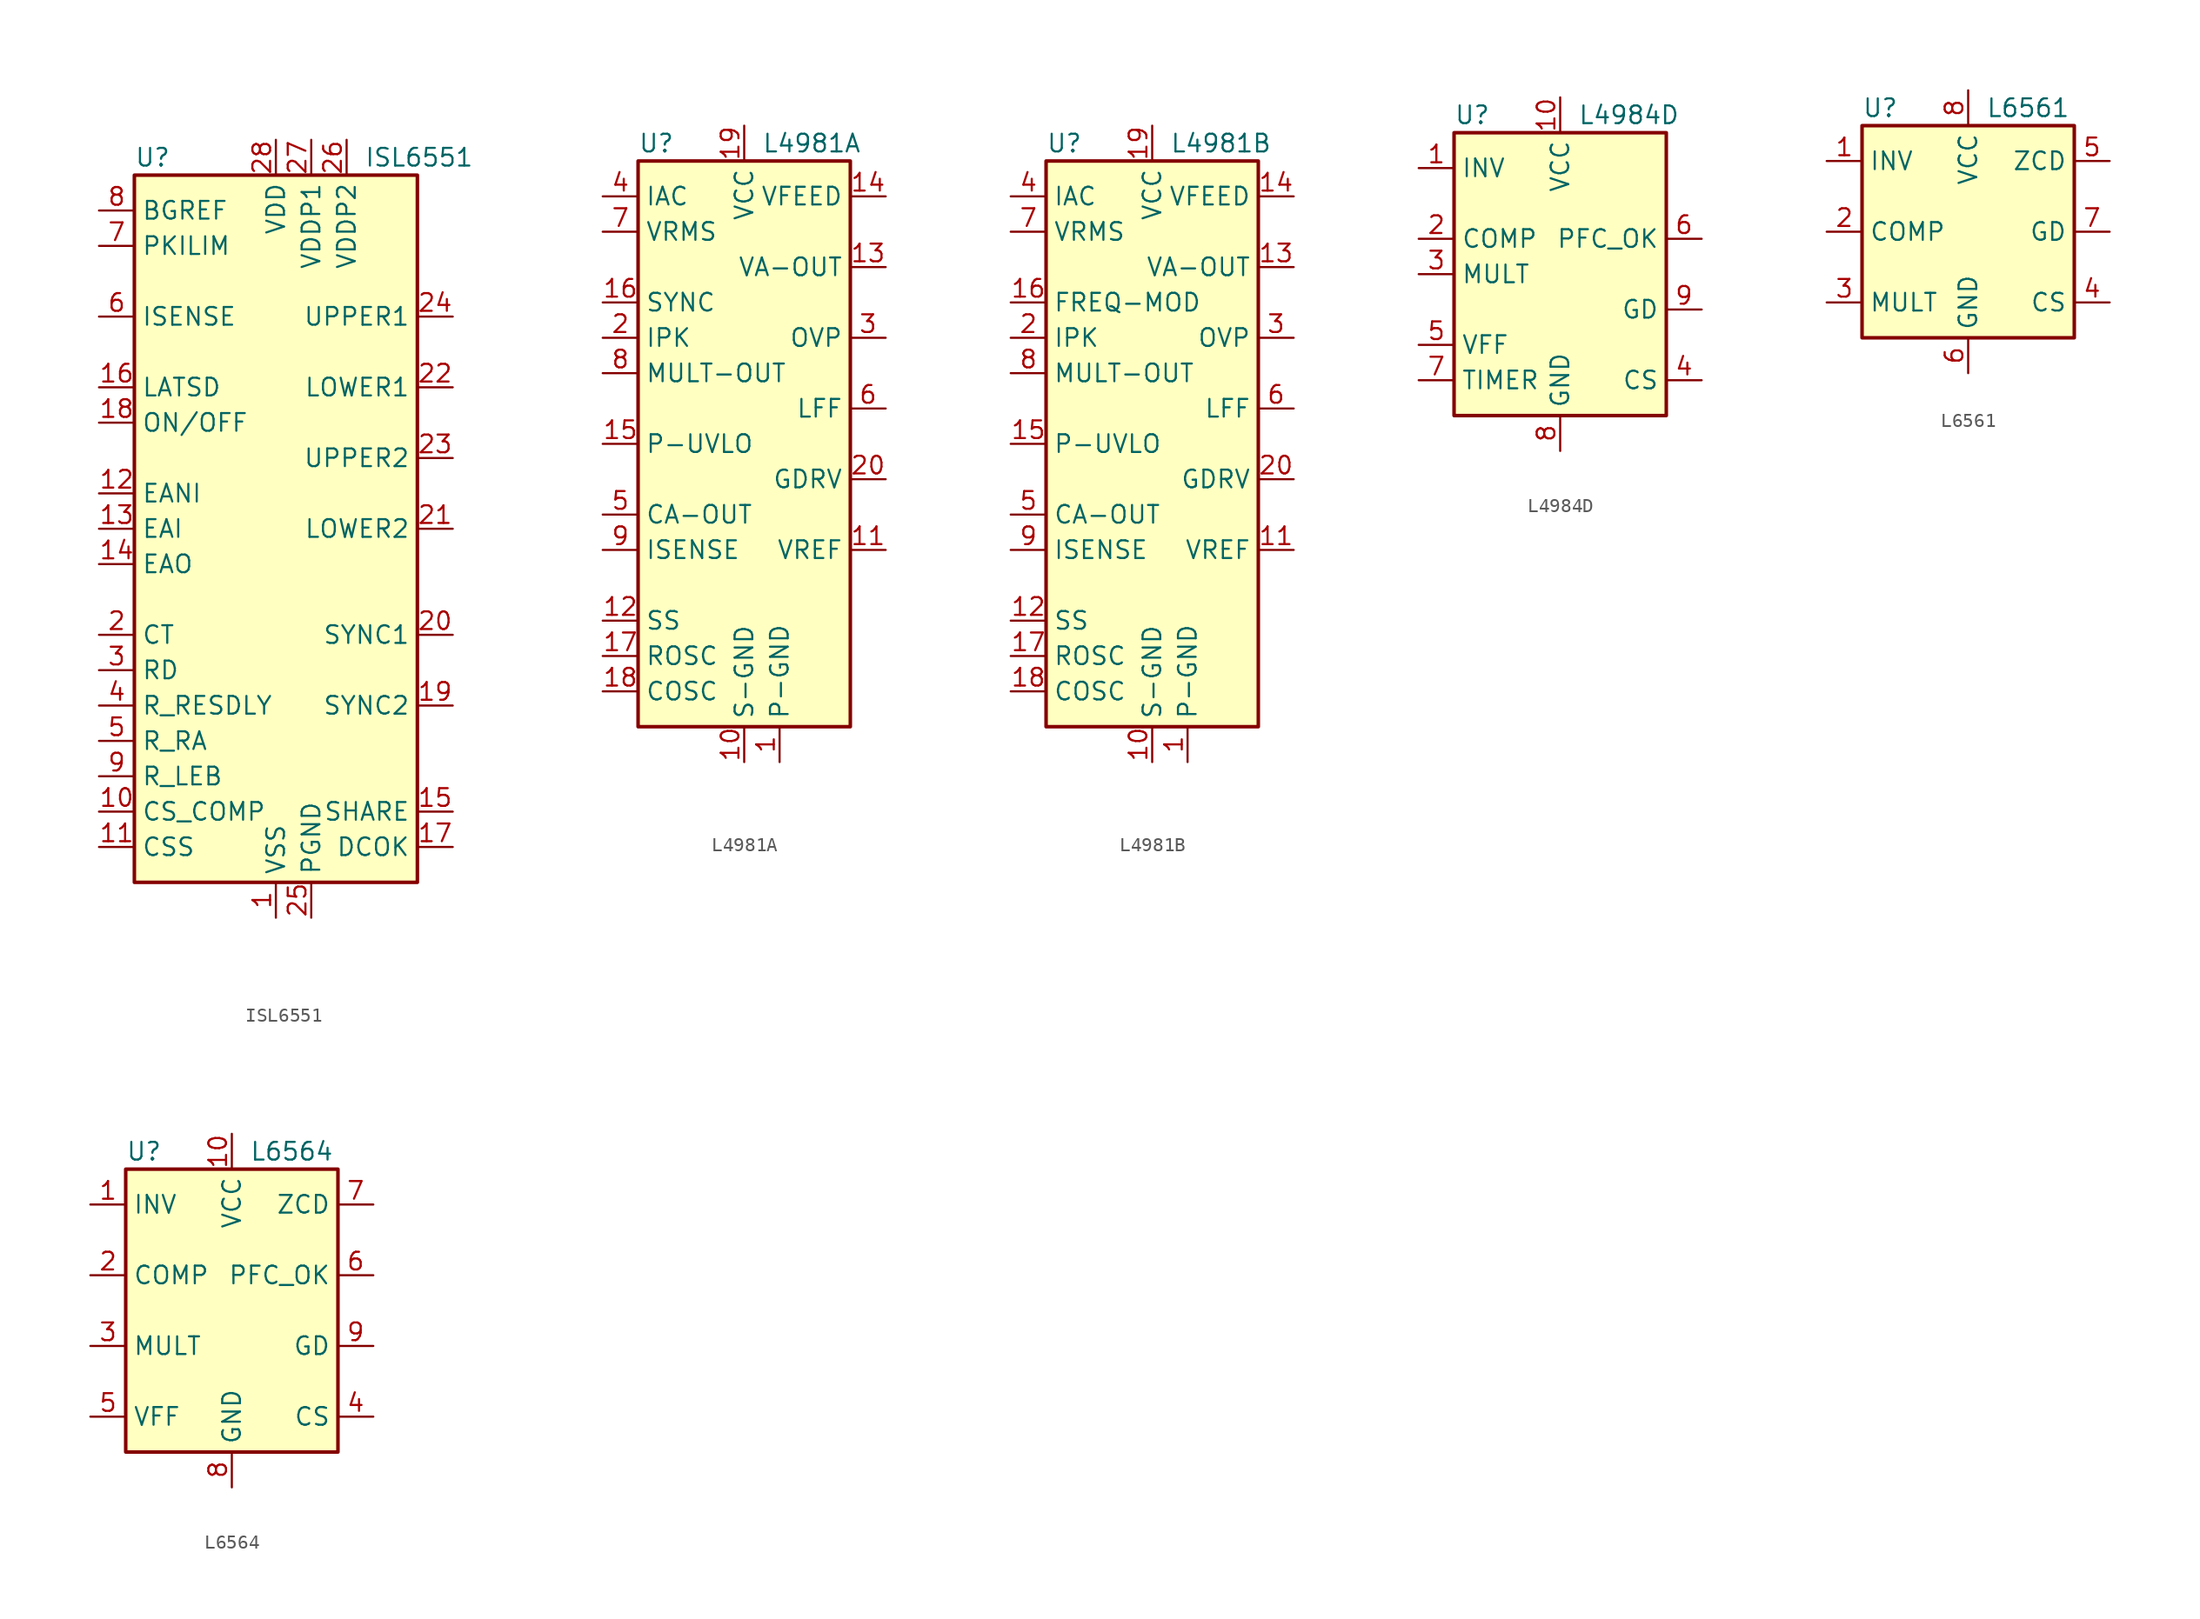
<source format=kicad_sym>
(kicad_symbol_lib
  (version 20211014)
  (generator kicad_symbol_editor)
  (symbol "ISL6551"
    (property "Reference" "U"
      (at -10.16 26.67 0)
      (effects (font (size 1.27 1.27)) (justify left)))
    (property "Value" "ISL6551"
      (at 6.35 26.67 0)
      (effects (font (size 1.27 1.27)) (justify left)))
    (symbol "ISL6551_0_0"
      (rectangle (start -10.16 25.4) (end 10.16 -25.4) (stroke (width 0.254) (type default) (color 0 0 0 0)) (fill (type background))))
    (symbol "ISL6551_1_1"
      (pin power_in line (at 0 -27.94 90) (length 2.54) (name "VSS" (effects (font (size 1.27 1.27)))) (number "1" (effects (font (size 1.27 1.27)))))
      (pin passive line (at -12.7 -20.32 0) (length 2.54) (name "CS_COMP" (effects (font (size 1.27 1.27)))) (number "10" (effects (font (size 1.27 1.27)))))
      (pin passive line (at -12.7 -22.86 0) (length 2.54) (name "CSS" (effects (font (size 1.27 1.27)))) (number "11" (effects (font (size 1.27 1.27)))))
      (pin input line (at -12.7 2.54 0) (length 2.54) (name "EANI" (effects (font (size 1.27 1.27)))) (number "12" (effects (font (size 1.27 1.27)))))
      (pin input line (at -12.7 0 0) (length 2.54) (name "EAI" (effects (font (size 1.27 1.27)))) (number "13" (effects (font (size 1.27 1.27)))))
      (pin output line (at -12.7 -2.54 0) (length 2.54) (name "EAO" (effects (font (size 1.27 1.27)))) (number "14" (effects (font (size 1.27 1.27)))))
      (pin input line (at 12.7 -20.32 180) (length 2.54) (name "SHARE" (effects (font (size 1.27 1.27)))) (number "15" (effects (font (size 1.27 1.27)))))
      (pin input line (at -12.7 10.16 0) (length 2.54) (name "LATSD" (effects (font (size 1.27 1.27)))) (number "16" (effects (font (size 1.27 1.27)))))
      (pin output line (at 12.7 -22.86 180) (length 2.54) (name "DCOK" (effects (font (size 1.27 1.27)))) (number "17" (effects (font (size 1.27 1.27)))))
      (pin input line (at -12.7 7.62 0) (length 2.54) (name "ON/OFF" (effects (font (size 1.27 1.27)))) (number "18" (effects (font (size 1.27 1.27)))))
      (pin output line (at 12.7 -12.7 180) (length 2.54) (name "SYNC2" (effects (font (size 1.27 1.27)))) (number "19" (effects (font (size 1.27 1.27)))))
      (pin passive line (at -12.7 -7.62 0) (length 2.54) (name "CT" (effects (font (size 1.27 1.27)))) (number "2" (effects (font (size 1.27 1.27)))))
      (pin output line (at 12.7 -7.62 180) (length 2.54) (name "SYNC1" (effects (font (size 1.27 1.27)))) (number "20" (effects (font (size 1.27 1.27)))))
      (pin output line (at 12.7 0 180) (length 2.54) (name "LOWER2" (effects (font (size 1.27 1.27)))) (number "21" (effects (font (size 1.27 1.27)))))
      (pin output line (at 12.7 10.16 180) (length 2.54) (name "LOWER1" (effects (font (size 1.27 1.27)))) (number "22" (effects (font (size 1.27 1.27)))))
      (pin output line (at 12.7 5.08 180) (length 2.54) (name "UPPER2" (effects (font (size 1.27 1.27)))) (number "23" (effects (font (size 1.27 1.27)))))
      (pin output line (at 12.7 15.24 180) (length 2.54) (name "UPPER1" (effects (font (size 1.27 1.27)))) (number "24" (effects (font (size 1.27 1.27)))))
      (pin power_in line (at 2.54 -27.94 90) (length 2.54) (name "PGND" (effects (font (size 1.27 1.27)))) (number "25" (effects (font (size 1.27 1.27)))))
      (pin power_in line (at 5.08 27.94 270) (length 2.54) (name "VDDP2" (effects (font (size 1.27 1.27)))) (number "26" (effects (font (size 1.27 1.27)))))
      (pin power_in line (at 2.54 27.94 270) (length 2.54) (name "VDDP1" (effects (font (size 1.27 1.27)))) (number "27" (effects (font (size 1.27 1.27)))))
      (pin power_in line (at 0 27.94 270) (length 2.54) (name "VDD" (effects (font (size 1.27 1.27)))) (number "28" (effects (font (size 1.27 1.27)))))
      (pin passive line (at -12.7 -10.16 0) (length 2.54) (name "RD" (effects (font (size 1.27 1.27)))) (number "3" (effects (font (size 1.27 1.27)))))
      (pin passive line (at -12.7 -12.7 0) (length 2.54) (name "R_RESDLY" (effects (font (size 1.27 1.27)))) (number "4" (effects (font (size 1.27 1.27)))))
      (pin passive line (at -12.7 -15.24 0) (length 2.54) (name "R_RA" (effects (font (size 1.27 1.27)))) (number "5" (effects (font (size 1.27 1.27)))))
      (pin input line (at -12.7 15.24 0) (length 2.54) (name "ISENSE" (effects (font (size 1.27 1.27)))) (number "6" (effects (font (size 1.27 1.27)))))
      (pin input line (at -12.7 20.32 0) (length 2.54) (name "PKILIM" (effects (font (size 1.27 1.27)))) (number "7" (effects (font (size 1.27 1.27)))))
      (pin output line (at -12.7 22.86 0) (length 2.54) (name "BGREF" (effects (font (size 1.27 1.27)))) (number "8" (effects (font (size 1.27 1.27)))))
      (pin passive line (at -12.7 -17.78 0) (length 2.54) (name "R_LEB" (effects (font (size 1.27 1.27)))) (number "9" (effects (font (size 1.27 1.27)))))))
  (symbol "L4981A"
    (property "Reference" "U"
      (at -7.62 21.59 0)
      (effects (font (size 1.27 1.27)) (justify left)))
    (property "Value" "L4981A"
      (at 1.27 21.59 0)
      (effects (font (size 1.27 1.27)) (justify left)))
    (symbol "L4981A_0_0"
      (rectangle (start -7.62 20.32) (end 7.62 -20.32) (stroke (width 0.254) (type default) (color 0 0 0 0)) (fill (type background))))
    (symbol "L4981A_1_1"
      (pin power_in line (at 2.54 -22.86 90) (length 2.54) (name "P-GND" (effects (font (size 1.27 1.27)))) (number "1" (effects (font (size 1.27 1.27)))))
      (pin power_in line (at 0 -22.86 90) (length 2.54) (name "S-GND" (effects (font (size 1.27 1.27)))) (number "10" (effects (font (size 1.27 1.27)))))
      (pin output line (at 10.16 -7.62 180) (length 2.54) (name "VREF" (effects (font (size 1.27 1.27)))) (number "11" (effects (font (size 1.27 1.27)))))
      (pin passive line (at -10.16 -12.7 0) (length 2.54) (name "SS" (effects (font (size 1.27 1.27)))) (number "12" (effects (font (size 1.27 1.27)))))
      (pin output line (at 10.16 12.7 180) (length 2.54) (name "VA-OUT" (effects (font (size 1.27 1.27)))) (number "13" (effects (font (size 1.27 1.27)))))
      (pin input line (at 10.16 17.78 180) (length 2.54) (name "VFEED" (effects (font (size 1.27 1.27)))) (number "14" (effects (font (size 1.27 1.27)))))
      (pin input line (at -10.16 0 0) (length 2.54) (name "P-UVLO" (effects (font (size 1.27 1.27)))) (number "15" (effects (font (size 1.27 1.27)))))
      (pin bidirectional line (at -10.16 10.16 0) (length 2.54) (name "SYNC" (effects (font (size 1.27 1.27)))) (number "16" (effects (font (size 1.27 1.27)))))
      (pin passive line (at -10.16 -15.24 0) (length 2.54) (name "ROSC" (effects (font (size 1.27 1.27)))) (number "17" (effects (font (size 1.27 1.27)))))
      (pin passive line (at -10.16 -17.78 0) (length 2.54) (name "COSC" (effects (font (size 1.27 1.27)))) (number "18" (effects (font (size 1.27 1.27)))))
      (pin power_in line (at 0 22.86 270) (length 2.54) (name "VCC" (effects (font (size 1.27 1.27)))) (number "19" (effects (font (size 1.27 1.27)))))
      (pin input line (at -10.16 7.62 0) (length 2.54) (name "IPK" (effects (font (size 1.27 1.27)))) (number "2" (effects (font (size 1.27 1.27)))))
      (pin output line (at 10.16 -2.54 180) (length 2.54) (name "GDRV" (effects (font (size 1.27 1.27)))) (number "20" (effects (font (size 1.27 1.27)))))
      (pin input line (at 10.16 7.62 180) (length 2.54) (name "OVP" (effects (font (size 1.27 1.27)))) (number "3" (effects (font (size 1.27 1.27)))))
      (pin input line (at -10.16 17.78 0) (length 2.54) (name "IAC" (effects (font (size 1.27 1.27)))) (number "4" (effects (font (size 1.27 1.27)))))
      (pin output line (at -10.16 -5.08 0) (length 2.54) (name "CA-OUT" (effects (font (size 1.27 1.27)))) (number "5" (effects (font (size 1.27 1.27)))))
      (pin input line (at 10.16 2.54 180) (length 2.54) (name "LFF" (effects (font (size 1.27 1.27)))) (number "6" (effects (font (size 1.27 1.27)))))
      (pin input line (at -10.16 15.24 0) (length 2.54) (name "VRMS" (effects (font (size 1.27 1.27)))) (number "7" (effects (font (size 1.27 1.27)))))
      (pin output line (at -10.16 5.08 0) (length 2.54) (name "MULT-OUT" (effects (font (size 1.27 1.27)))) (number "8" (effects (font (size 1.27 1.27)))))
      (pin input line (at -10.16 -7.62 0) (length 2.54) (name "ISENSE" (effects (font (size 1.27 1.27)))) (number "9" (effects (font (size 1.27 1.27)))))))
  (symbol "L4981B"
    (property "Reference" "U"
      (at -7.62 21.59 0)
      (effects (font (size 1.27 1.27)) (justify left)))
    (property "Value" "L4981B"
      (at 1.27 21.59 0)
      (effects (font (size 1.27 1.27)) (justify left)))
    (symbol "L4981B_0_0"
      (rectangle (start -7.62 20.32) (end 7.62 -20.32) (stroke (width 0.254) (type default) (color 0 0 0 0)) (fill (type background))))
    (symbol "L4981B_1_1"
      (pin power_in line (at 2.54 -22.86 90) (length 2.54) (name "P-GND" (effects (font (size 1.27 1.27)))) (number "1" (effects (font (size 1.27 1.27)))))
      (pin power_in line (at 0 -22.86 90) (length 2.54) (name "S-GND" (effects (font (size 1.27 1.27)))) (number "10" (effects (font (size 1.27 1.27)))))
      (pin output line (at 10.16 -7.62 180) (length 2.54) (name "VREF" (effects (font (size 1.27 1.27)))) (number "11" (effects (font (size 1.27 1.27)))))
      (pin passive line (at -10.16 -12.7 0) (length 2.54) (name "SS" (effects (font (size 1.27 1.27)))) (number "12" (effects (font (size 1.27 1.27)))))
      (pin output line (at 10.16 12.7 180) (length 2.54) (name "VA-OUT" (effects (font (size 1.27 1.27)))) (number "13" (effects (font (size 1.27 1.27)))))
      (pin input line (at 10.16 17.78 180) (length 2.54) (name "VFEED" (effects (font (size 1.27 1.27)))) (number "14" (effects (font (size 1.27 1.27)))))
      (pin input line (at -10.16 0 0) (length 2.54) (name "P-UVLO" (effects (font (size 1.27 1.27)))) (number "15" (effects (font (size 1.27 1.27)))))
      (pin input line (at -10.16 10.16 0) (length 2.54) (name "FREQ-MOD" (effects (font (size 1.27 1.27)))) (number "16" (effects (font (size 1.27 1.27)))))
      (pin passive line (at -10.16 -15.24 0) (length 2.54) (name "ROSC" (effects (font (size 1.27 1.27)))) (number "17" (effects (font (size 1.27 1.27)))))
      (pin passive line (at -10.16 -17.78 0) (length 2.54) (name "COSC" (effects (font (size 1.27 1.27)))) (number "18" (effects (font (size 1.27 1.27)))))
      (pin power_in line (at 0 22.86 270) (length 2.54) (name "VCC" (effects (font (size 1.27 1.27)))) (number "19" (effects (font (size 1.27 1.27)))))
      (pin input line (at -10.16 7.62 0) (length 2.54) (name "IPK" (effects (font (size 1.27 1.27)))) (number "2" (effects (font (size 1.27 1.27)))))
      (pin output line (at 10.16 -2.54 180) (length 2.54) (name "GDRV" (effects (font (size 1.27 1.27)))) (number "20" (effects (font (size 1.27 1.27)))))
      (pin input line (at 10.16 7.62 180) (length 2.54) (name "OVP" (effects (font (size 1.27 1.27)))) (number "3" (effects (font (size 1.27 1.27)))))
      (pin input line (at -10.16 17.78 0) (length 2.54) (name "IAC" (effects (font (size 1.27 1.27)))) (number "4" (effects (font (size 1.27 1.27)))))
      (pin output line (at -10.16 -5.08 0) (length 2.54) (name "CA-OUT" (effects (font (size 1.27 1.27)))) (number "5" (effects (font (size 1.27 1.27)))))
      (pin input line (at 10.16 2.54 180) (length 2.54) (name "LFF" (effects (font (size 1.27 1.27)))) (number "6" (effects (font (size 1.27 1.27)))))
      (pin input line (at -10.16 15.24 0) (length 2.54) (name "VRMS" (effects (font (size 1.27 1.27)))) (number "7" (effects (font (size 1.27 1.27)))))
      (pin output line (at -10.16 5.08 0) (length 2.54) (name "MULT-OUT" (effects (font (size 1.27 1.27)))) (number "8" (effects (font (size 1.27 1.27)))))
      (pin input line (at -10.16 -7.62 0) (length 2.54) (name "ISENSE" (effects (font (size 1.27 1.27)))) (number "9" (effects (font (size 1.27 1.27)))))))
  (symbol "L4984D"
    (property "Reference" "U"
      (at -7.62 11.43 0)
      (effects (font (size 1.27 1.27)) (justify left)))
    (property "Value" "L4984D"
      (at 1.27 11.43 0)
      (effects (font (size 1.27 1.27)) (justify left)))
    (symbol "L4984D_0_0"
      (rectangle (start -7.62 10.16) (end 7.62 -10.16) (stroke (width 0.254) (type default) (color 0 0 0 0)) (fill (type background))))
    (symbol "L4984D_1_1"
      (pin input line (at -10.16 7.62 0) (length 2.54) (name "INV" (effects (font (size 1.27 1.27)))) (number "1" (effects (font (size 1.27 1.27)))))
      (pin power_in line (at 0 12.7 270) (length 2.54) (name "VCC" (effects (font (size 1.27 1.27)))) (number "10" (effects (font (size 1.27 1.27)))))
      (pin output line (at -10.16 2.54 0) (length 2.54) (name "COMP" (effects (font (size 1.27 1.27)))) (number "2" (effects (font (size 1.27 1.27)))))
      (pin input line (at -10.16 0 0) (length 2.54) (name "MULT" (effects (font (size 1.27 1.27)))) (number "3" (effects (font (size 1.27 1.27)))))
      (pin input line (at 10.16 -7.62 180) (length 2.54) (name "CS" (effects (font (size 1.27 1.27)))) (number "4" (effects (font (size 1.27 1.27)))))
      (pin passive line (at -10.16 -5.08 0) (length 2.54) (name "VFF" (effects (font (size 1.27 1.27)))) (number "5" (effects (font (size 1.27 1.27)))))
      (pin input line (at 10.16 2.54 180) (length 2.54) (name "PFC_OK" (effects (font (size 1.27 1.27)))) (number "6" (effects (font (size 1.27 1.27)))))
      (pin passive line (at -10.16 -7.62 0) (length 2.54) (name "TIMER" (effects (font (size 1.27 1.27)))) (number "7" (effects (font (size 1.27 1.27)))))
      (pin power_in line (at 0 -12.7 90) (length 2.54) (name "GND" (effects (font (size 1.27 1.27)))) (number "8" (effects (font (size 1.27 1.27)))))
      (pin output line (at 10.16 -2.54 180) (length 2.54) (name "GD" (effects (font (size 1.27 1.27)))) (number "9" (effects (font (size 1.27 1.27)))))))
  (symbol "L6561"
    (property "Reference" "U"
      (at -7.62 8.89 0)
      (effects (font (size 1.27 1.27)) (justify left)))
    (property "Value" "L6561"
      (at 1.27 8.89 0)
      (effects (font (size 1.27 1.27)) (justify left)))
    (symbol "L6561_0_0"
      (rectangle (start -7.62 7.62) (end 7.62 -7.62) (stroke (width 0.254) (type default) (color 0 0 0 0)) (fill (type background))))
    (symbol "L6561_1_1"
      (pin input line (at -10.16 5.08 0) (length 2.54) (name "INV" (effects (font (size 1.27 1.27)))) (number "1" (effects (font (size 1.27 1.27)))))
      (pin output line (at -10.16 0 0) (length 2.54) (name "COMP" (effects (font (size 1.27 1.27)))) (number "2" (effects (font (size 1.27 1.27)))))
      (pin input line (at -10.16 -5.08 0) (length 2.54) (name "MULT" (effects (font (size 1.27 1.27)))) (number "3" (effects (font (size 1.27 1.27)))))
      (pin input line (at 10.16 -5.08 180) (length 2.54) (name "CS" (effects (font (size 1.27 1.27)))) (number "4" (effects (font (size 1.27 1.27)))))
      (pin input line (at 10.16 5.08 180) (length 2.54) (name "ZCD" (effects (font (size 1.27 1.27)))) (number "5" (effects (font (size 1.27 1.27)))))
      (pin power_in line (at 0 -10.16 90) (length 2.54) (name "GND" (effects (font (size 1.27 1.27)))) (number "6" (effects (font (size 1.27 1.27)))))
      (pin output line (at 10.16 0 180) (length 2.54) (name "GD" (effects (font (size 1.27 1.27)))) (number "7" (effects (font (size 1.27 1.27)))))
      (pin power_in line (at 0 10.16 270) (length 2.54) (name "VCC" (effects (font (size 1.27 1.27)))) (number "8" (effects (font (size 1.27 1.27)))))))
  (symbol "L6564"
    (property "Reference" "U"
      (at -7.62 11.43 0)
      (effects (font (size 1.27 1.27)) (justify left)))
    (property "Value" "L6564"
      (at 1.27 11.43 0)
      (effects (font (size 1.27 1.27)) (justify left)))
    (symbol "L6564_0_0"
      (rectangle (start -7.62 10.16) (end 7.62 -10.16) (stroke (width 0.254) (type default) (color 0 0 0 0)) (fill (type background))))
    (symbol "L6564_1_1"
      (pin input line (at -10.16 7.62 0) (length 2.54) (name "INV" (effects (font (size 1.27 1.27)))) (number "1" (effects (font (size 1.27 1.27)))))
      (pin power_in line (at 0 12.7 270) (length 2.54) (name "VCC" (effects (font (size 1.27 1.27)))) (number "10" (effects (font (size 1.27 1.27)))))
      (pin output line (at -10.16 2.54 0) (length 2.54) (name "COMP" (effects (font (size 1.27 1.27)))) (number "2" (effects (font (size 1.27 1.27)))))
      (pin input line (at -10.16 -2.54 0) (length 2.54) (name "MULT" (effects (font (size 1.27 1.27)))) (number "3" (effects (font (size 1.27 1.27)))))
      (pin input line (at 10.16 -7.62 180) (length 2.54) (name "CS" (effects (font (size 1.27 1.27)))) (number "4" (effects (font (size 1.27 1.27)))))
      (pin passive line (at -10.16 -7.62 0) (length 2.54) (name "VFF" (effects (font (size 1.27 1.27)))) (number "5" (effects (font (size 1.27 1.27)))))
      (pin input line (at 10.16 2.54 180) (length 2.54) (name "PFC_OK" (effects (font (size 1.27 1.27)))) (number "6" (effects (font (size 1.27 1.27)))))
      (pin input line (at 10.16 7.62 180) (length 2.54) (name "ZCD" (effects (font (size 1.27 1.27)))) (number "7" (effects (font (size 1.27 1.27)))))
      (pin power_in line (at 0 -12.7 90) (length 2.54) (name "GND" (effects (font (size 1.27 1.27)))) (number "8" (effects (font (size 1.27 1.27)))))
      (pin output line (at 10.16 -2.54 180) (length 2.54) (name "GD" (effects (font (size 1.27 1.27)))) (number "9" (effects (font (size 1.27 1.27))))))))
</source>
